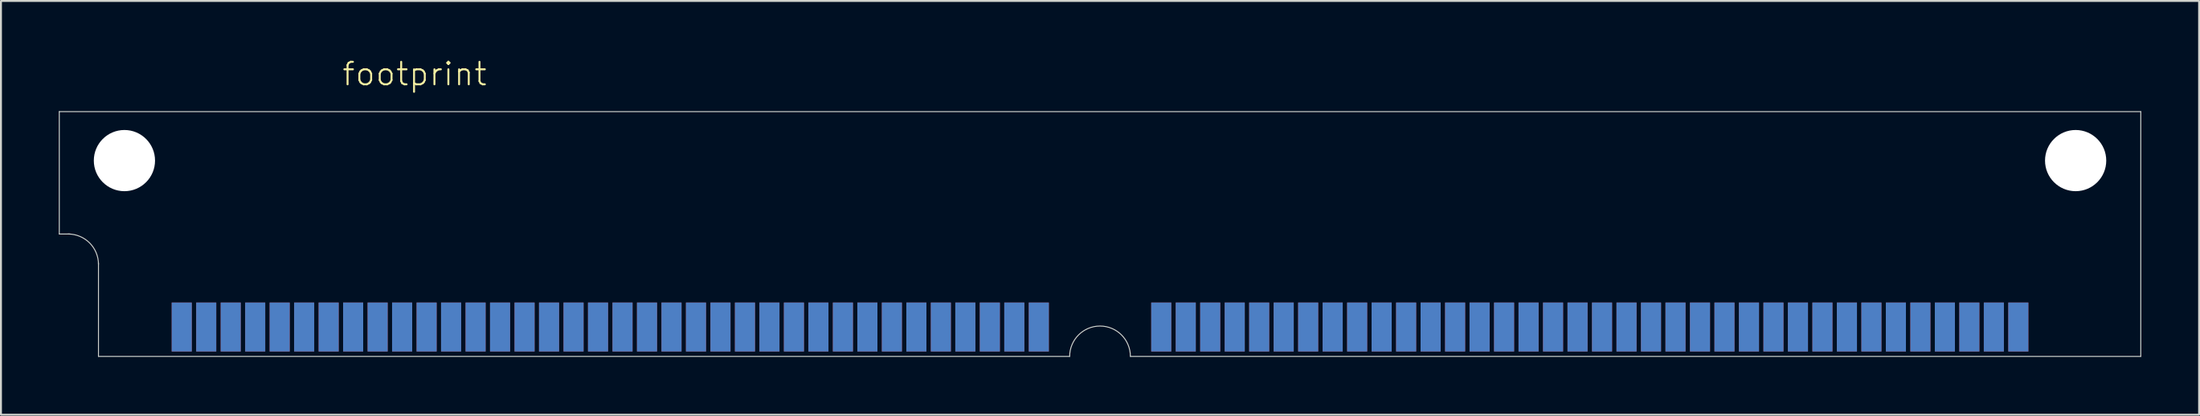
<source format=kicad_pcb>
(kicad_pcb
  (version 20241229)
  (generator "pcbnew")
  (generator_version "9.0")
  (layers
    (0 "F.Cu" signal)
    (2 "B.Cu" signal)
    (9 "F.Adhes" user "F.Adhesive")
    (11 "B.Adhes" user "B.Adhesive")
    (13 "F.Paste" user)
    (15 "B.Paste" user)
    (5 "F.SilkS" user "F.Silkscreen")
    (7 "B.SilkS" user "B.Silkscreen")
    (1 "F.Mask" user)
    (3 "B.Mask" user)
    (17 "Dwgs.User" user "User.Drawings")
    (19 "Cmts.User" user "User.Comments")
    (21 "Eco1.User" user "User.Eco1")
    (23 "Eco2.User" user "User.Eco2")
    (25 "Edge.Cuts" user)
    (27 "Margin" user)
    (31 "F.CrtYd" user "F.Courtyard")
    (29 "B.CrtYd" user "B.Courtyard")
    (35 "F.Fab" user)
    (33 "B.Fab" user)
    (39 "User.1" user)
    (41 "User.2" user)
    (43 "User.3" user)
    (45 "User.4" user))
  (footprint "footprint"
    (layer "F.Cu")
    (at 54 5.283)
    (property "Reference" "footprint" (at -39.37 -3.81 0) (layer "F.SilkS") (effects (font (size 1.168 1.168) (thickness 0.102)) (justify left bottom)))
    (fp_line (start -53.975 -2.54) (end 53.975 -2.54) (stroke (width 0.05) (type solid)) (layer "Edge.Cuts"))
    (fp_line (start -53.975 3.81) (end -53.975 -2.54) (stroke (width 0.05) (type solid)) (layer "Edge.Cuts"))
    (fp_line (start -53.975 3.81) (end -53.416 3.81) (stroke (width 0.05) (type solid)) (layer "Edge.Cuts"))
    (fp_line (start -51.943 10.16) (end -51.943 5.309) (stroke (width 0.05) (type solid)) (layer "Edge.Cuts"))
    (fp_line (start -1.575 10.16) (end -51.943 10.16) (stroke (width 0.05) (type solid)) (layer "Edge.Cuts"))
    (fp_line (start 53.975 -2.54) (end 53.975 10.16) (stroke (width 0.05) (type solid)) (layer "Edge.Cuts"))
    (fp_line (start 53.975 10.16) (end 1.575 10.16) (stroke (width 0.05) (type solid)) (layer "Edge.Cuts"))
    (fp_arc (start -53.5178 3.81) (mid -52.404248 4.271248) (end -51.943 5.3848) (stroke (width 0.05) (type solid)) (layer "Edge.Cuts"))
    (fp_arc (start -1.5748 10.16) (mid 0 8.5852) (end 1.5748 10.16) (stroke (width 0.05) (type solid)) (layer "Edge.Cuts"))
    (pad "" np_thru_hole circle (at -50.597 0) (size 3.175 3.175) (drill 3.175) (layers "*.Cu" "*.Mask"))
    (pad "" np_thru_hole circle (at 50.597 0) (size 3.175 3.175) (drill 3.175) (layers "*.Cu" "*.Mask"))
    (pad "1" smd rect (at -47.625 8.636) (size 1.041 2.54) (layers "F.Cu" "F.Mask" "F.Paste"))
    (pad "2" smd rect (at -46.355 8.636) (size 1.041 2.54) (layers "F.Cu" "F.Mask" "F.Paste"))
    (pad "3" smd rect (at -45.085 8.636) (size 1.041 2.54) (layers "F.Cu" "F.Mask" "F.Paste"))
    (pad "4" smd rect (at -43.815 8.636) (size 1.041 2.54) (layers "F.Cu" "F.Mask" "F.Paste"))
    (pad "5" smd rect (at -42.545 8.636) (size 1.041 2.54) (layers "F.Cu" "F.Mask" "F.Paste"))
    (pad "6" smd rect (at -41.275 8.636) (size 1.041 2.54) (layers "F.Cu" "F.Mask" "F.Paste"))
    (pad "7" smd rect (at -40.005 8.636) (size 1.041 2.54) (layers "F.Cu" "F.Mask" "F.Paste"))
    (pad "8" smd rect (at -38.735 8.636) (size 1.041 2.54) (layers "F.Cu" "F.Mask" "F.Paste"))
    (pad "9" smd rect (at -37.465 8.636) (size 1.041 2.54) (layers "F.Cu" "F.Mask" "F.Paste"))
    (pad "10" smd rect (at -36.195 8.636) (size 1.041 2.54) (layers "F.Cu" "F.Mask" "F.Paste"))
    (pad "11" smd rect (at -34.925 8.636) (size 1.041 2.54) (layers "F.Cu" "F.Mask" "F.Paste"))
    (pad "12" smd rect (at -33.655 8.636) (size 1.041 2.54) (layers "F.Cu" "F.Mask" "F.Paste"))
    (pad "13" smd rect (at -32.385 8.636) (size 1.041 2.54) (layers "F.Cu" "F.Mask" "F.Paste"))
    (pad "14" smd rect (at -31.115 8.636) (size 1.041 2.54) (layers "F.Cu" "F.Mask" "F.Paste"))
    (pad "15" smd rect (at -29.845 8.636) (size 1.041 2.54) (layers "F.Cu" "F.Mask" "F.Paste"))
    (pad "16" smd rect (at -28.575 8.636) (size 1.041 2.54) (layers "F.Cu" "F.Mask" "F.Paste"))
    (pad "17" smd rect (at -27.305 8.636) (size 1.041 2.54) (layers "F.Cu" "F.Mask" "F.Paste"))
    (pad "18" smd rect (at -26.035 8.636) (size 1.041 2.54) (layers "F.Cu" "F.Mask" "F.Paste"))
    (pad "19" smd rect (at -24.765 8.636) (size 1.041 2.54) (layers "F.Cu" "F.Mask" "F.Paste"))
    (pad "20" smd rect (at -23.495 8.636) (size 1.041 2.54) (layers "F.Cu" "F.Mask" "F.Paste"))
    (pad "21" smd rect (at -22.225 8.636) (size 1.041 2.54) (layers "F.Cu" "F.Mask" "F.Paste"))
    (pad "22" smd rect (at -20.955 8.636) (size 1.041 2.54) (layers "F.Cu" "F.Mask" "F.Paste"))
    (pad "23" smd rect (at -19.685 8.636) (size 1.041 2.54) (layers "F.Cu" "F.Mask" "F.Paste"))
    (pad "24" smd rect (at -18.415 8.636) (size 1.041 2.54) (layers "F.Cu" "F.Mask" "F.Paste"))
    (pad "25" smd rect (at -17.145 8.636) (size 1.041 2.54) (layers "F.Cu" "F.Mask" "F.Paste"))
    (pad "26" smd rect (at -15.875 8.636) (size 1.041 2.54) (layers "F.Cu" "F.Mask" "F.Paste"))
    (pad "27" smd rect (at -14.605 8.636) (size 1.041 2.54) (layers "F.Cu" "F.Mask" "F.Paste"))
    (pad "28" smd rect (at -13.335 8.636) (size 1.041 2.54) (layers "F.Cu" "F.Mask" "F.Paste"))
    (pad "29" smd rect (at -12.065 8.636) (size 1.041 2.54) (layers "F.Cu" "F.Mask" "F.Paste"))
    (pad "30" smd rect (at -10.795 8.636) (size 1.041 2.54) (layers "F.Cu" "F.Mask" "F.Paste"))
    (pad "31" smd rect (at -9.525 8.636) (size 1.041 2.54) (layers "F.Cu" "F.Mask" "F.Paste"))
    (pad "32" smd rect (at -8.255 8.636) (size 1.041 2.54) (layers "F.Cu" "F.Mask" "F.Paste"))
    (pad "33" smd rect (at -6.985 8.636) (size 1.041 2.54) (layers "F.Cu" "F.Mask" "F.Paste"))
    (pad "34" smd rect (at -5.715 8.636) (size 1.041 2.54) (layers "F.Cu" "F.Mask" "F.Paste"))
    (pad "35" smd rect (at -4.445 8.636) (size 1.041 2.54) (layers "F.Cu" "F.Mask" "F.Paste"))
    (pad "36" smd rect (at -3.175 8.636) (size 1.041 2.54) (layers "F.Cu" "F.Mask" "F.Paste"))
    (pad "37" smd rect (at 3.175 8.636) (size 1.041 2.54) (layers "F.Cu" "F.Mask" "F.Paste"))
    (pad "38" smd rect (at 4.445 8.636) (size 1.041 2.54) (layers "F.Cu" "F.Mask" "F.Paste"))
    (pad "39" smd rect (at 5.715 8.636) (size 1.041 2.54) (layers "F.Cu" "F.Mask" "F.Paste"))
    (pad "40" smd rect (at 6.985 8.636) (size 1.041 2.54) (layers "F.Cu" "F.Mask" "F.Paste"))
    (pad "41" smd rect (at 8.255 8.636) (size 1.041 2.54) (layers "F.Cu" "F.Mask" "F.Paste"))
    (pad "42" smd rect (at 9.525 8.636) (size 1.041 2.54) (layers "F.Cu" "F.Mask" "F.Paste"))
    (pad "43" smd rect (at 10.795 8.636) (size 1.041 2.54) (layers "F.Cu" "F.Mask" "F.Paste"))
    (pad "44" smd rect (at 12.065 8.636) (size 1.041 2.54) (layers "F.Cu" "F.Mask" "F.Paste"))
    (pad "45" smd rect (at 13.335 8.636) (size 1.041 2.54) (layers "F.Cu" "F.Mask" "F.Paste"))
    (pad "46" smd rect (at 14.605 8.636) (size 1.041 2.54) (layers "F.Cu" "F.Mask" "F.Paste"))
    (pad "47" smd rect (at 15.875 8.636) (size 1.041 2.54) (layers "F.Cu" "F.Mask" "F.Paste"))
    (pad "48" smd rect (at 17.145 8.636) (size 1.041 2.54) (layers "F.Cu" "F.Mask" "F.Paste"))
    (pad "49" smd rect (at 18.415 8.636) (size 1.041 2.54) (layers "F.Cu" "F.Mask" "F.Paste"))
    (pad "50" smd rect (at 19.685 8.636) (size 1.041 2.54) (layers "F.Cu" "F.Mask" "F.Paste"))
    (pad "51" smd rect (at 20.955 8.636) (size 1.041 2.54) (layers "F.Cu" "F.Mask" "F.Paste"))
    (pad "52" smd rect (at 22.225 8.636) (size 1.041 2.54) (layers "F.Cu" "F.Mask" "F.Paste"))
    (pad "53" smd rect (at 23.495 8.636) (size 1.041 2.54) (layers "F.Cu" "F.Mask" "F.Paste"))
    (pad "54" smd rect (at 24.765 8.636) (size 1.041 2.54) (layers "F.Cu" "F.Mask" "F.Paste"))
    (pad "55" smd rect (at 26.035 8.636) (size 1.041 2.54) (layers "F.Cu" "F.Mask" "F.Paste"))
    (pad "56" smd rect (at 27.305 8.636) (size 1.041 2.54) (layers "F.Cu" "F.Mask" "F.Paste"))
    (pad "57" smd rect (at 28.575 8.636) (size 1.041 2.54) (layers "F.Cu" "F.Mask" "F.Paste"))
    (pad "58" smd rect (at 29.845 8.636) (size 1.041 2.54) (layers "F.Cu" "F.Mask" "F.Paste"))
    (pad "59" smd rect (at 31.115 8.636) (size 1.041 2.54) (layers "F.Cu" "F.Mask" "F.Paste"))
    (pad "60" smd rect (at 32.385 8.636) (size 1.041 2.54) (layers "F.Cu" "F.Mask" "F.Paste"))
    (pad "61" smd rect (at 33.655 8.636) (size 1.041 2.54) (layers "F.Cu" "F.Mask" "F.Paste"))
    (pad "62" smd rect (at 34.925 8.636) (size 1.041 2.54) (layers "F.Cu" "F.Mask" "F.Paste"))
    (pad "63" smd rect (at 36.195 8.636) (size 1.041 2.54) (layers "F.Cu" "F.Mask" "F.Paste"))
    (pad "64" smd rect (at 37.465 8.636) (size 1.041 2.54) (layers "F.Cu" "F.Mask" "F.Paste"))
    (pad "65" smd rect (at 38.735 8.636) (size 1.041 2.54) (layers "F.Cu" "F.Mask" "F.Paste"))
    (pad "66" smd rect (at 40.005 8.636) (size 1.041 2.54) (layers "F.Cu" "F.Mask" "F.Paste"))
    (pad "67" smd rect (at 41.275 8.636) (size 1.041 2.54) (layers "F.Cu" "F.Mask" "F.Paste"))
    (pad "68" smd rect (at 42.545 8.636) (size 1.041 2.54) (layers "F.Cu" "F.Mask" "F.Paste"))
    (pad "69" smd rect (at 43.815 8.636) (size 1.041 2.54) (layers "F.Cu" "F.Mask" "F.Paste"))
    (pad "70" smd rect (at 45.085 8.636) (size 1.041 2.54) (layers "F.Cu" "F.Mask" "F.Paste"))
    (pad "71" smd rect (at 46.355 8.636) (size 1.041 2.54) (layers "F.Cu" "F.Mask" "F.Paste"))
    (pad "72" smd rect (at 47.625 8.636) (size 1.041 2.54) (layers "F.Cu" "F.Mask" "F.Paste"))
    (pad "73" smd rect (at -47.625 8.636) (size 1.041 2.54) (layers "B.Cu" "B.Mask" "B.Paste"))
    (pad "74" smd rect (at -46.355 8.636) (size 1.041 2.54) (layers "B.Cu" "B.Mask" "B.Paste"))
    (pad "75" smd rect (at -45.085 8.636) (size 1.041 2.54) (layers "B.Cu" "B.Mask" "B.Paste"))
    (pad "76" smd rect (at -43.815 8.636) (size 1.041 2.54) (layers "B.Cu" "B.Mask" "B.Paste"))
    (pad "77" smd rect (at -42.545 8.636) (size 1.041 2.54) (layers "B.Cu" "B.Mask" "B.Paste"))
    (pad "78" smd rect (at -41.275 8.636) (size 1.041 2.54) (layers "B.Cu" "B.Mask" "B.Paste"))
    (pad "79" smd rect (at -40.005 8.636) (size 1.041 2.54) (layers "B.Cu" "B.Mask" "B.Paste"))
    (pad "80" smd rect (at -38.735 8.636) (size 1.041 2.54) (layers "B.Cu" "B.Mask" "B.Paste"))
    (pad "81" smd rect (at -37.465 8.636) (size 1.041 2.54) (layers "B.Cu" "B.Mask" "B.Paste"))
    (pad "82" smd rect (at -36.195 8.636) (size 1.041 2.54) (layers "B.Cu" "B.Mask" "B.Paste"))
    (pad "83" smd rect (at -34.925 8.636) (size 1.041 2.54) (layers "B.Cu" "B.Mask" "B.Paste"))
    (pad "84" smd rect (at -33.655 8.636) (size 1.041 2.54) (layers "B.Cu" "B.Mask" "B.Paste"))
    (pad "85" smd rect (at -32.385 8.636) (size 1.041 2.54) (layers "B.Cu" "B.Mask" "B.Paste"))
    (pad "86" smd rect (at -31.115 8.636) (size 1.041 2.54) (layers "B.Cu" "B.Mask" "B.Paste"))
    (pad "87" smd rect (at -29.845 8.636) (size 1.041 2.54) (layers "B.Cu" "B.Mask" "B.Paste"))
    (pad "88" smd rect (at -28.575 8.636) (size 1.041 2.54) (layers "B.Cu" "B.Mask" "B.Paste"))
    (pad "89" smd rect (at -27.305 8.636) (size 1.041 2.54) (layers "B.Cu" "B.Mask" "B.Paste"))
    (pad "90" smd rect (at -26.035 8.636) (size 1.041 2.54) (layers "B.Cu" "B.Mask" "B.Paste"))
    (pad "91" smd rect (at -24.765 8.636) (size 1.041 2.54) (layers "B.Cu" "B.Mask" "B.Paste"))
    (pad "92" smd rect (at -23.495 8.636) (size 1.041 2.54) (layers "B.Cu" "B.Mask" "B.Paste"))
    (pad "93" smd rect (at -22.225 8.636) (size 1.041 2.54) (layers "B.Cu" "B.Mask" "B.Paste"))
    (pad "94" smd rect (at -20.955 8.636) (size 1.041 2.54) (layers "B.Cu" "B.Mask" "B.Paste"))
    (pad "95" smd rect (at -19.685 8.636) (size 1.041 2.54) (layers "B.Cu" "B.Mask" "B.Paste"))
    (pad "96" smd rect (at -18.415 8.636) (size 1.041 2.54) (layers "B.Cu" "B.Mask" "B.Paste"))
    (pad "97" smd rect (at -17.145 8.636) (size 1.041 2.54) (layers "B.Cu" "B.Mask" "B.Paste"))
    (pad "98" smd rect (at -15.875 8.636) (size 1.041 2.54) (layers "B.Cu" "B.Mask" "B.Paste"))
    (pad "99" smd rect (at -14.605 8.636) (size 1.041 2.54) (layers "B.Cu" "B.Mask" "B.Paste"))
    (pad "100" smd rect (at -13.335 8.636) (size 1.041 2.54) (layers "B.Cu" "B.Mask" "B.Paste"))
    (pad "101" smd rect (at -12.065 8.636) (size 1.041 2.54) (layers "B.Cu" "B.Mask" "B.Paste"))
    (pad "102" smd rect (at -10.795 8.636) (size 1.041 2.54) (layers "B.Cu" "B.Mask" "B.Paste"))
    (pad "103" smd rect (at -9.525 8.636) (size 1.041 2.54) (layers "B.Cu" "B.Mask" "B.Paste"))
    (pad "104" smd rect (at -8.255 8.636) (size 1.041 2.54) (layers "B.Cu" "B.Mask" "B.Paste"))
    (pad "105" smd rect (at -6.985 8.636) (size 1.041 2.54) (layers "B.Cu" "B.Mask" "B.Paste"))
    (pad "106" smd rect (at -5.715 8.636) (size 1.041 2.54) (layers "B.Cu" "B.Mask" "B.Paste"))
    (pad "107" smd rect (at -4.445 8.636) (size 1.041 2.54) (layers "B.Cu" "B.Mask" "B.Paste"))
    (pad "108" smd rect (at -3.175 8.636) (size 1.041 2.54) (layers "B.Cu" "B.Mask" "B.Paste"))
    (pad "109" smd rect (at 3.175 8.636) (size 1.041 2.54) (layers "B.Cu" "B.Mask" "B.Paste"))
    (pad "110" smd rect (at 4.445 8.636) (size 1.041 2.54) (layers "B.Cu" "B.Mask" "B.Paste"))
    (pad "111" smd rect (at 5.715 8.636) (size 1.041 2.54) (layers "B.Cu" "B.Mask" "B.Paste"))
    (pad "112" smd rect (at 6.985 8.636) (size 1.041 2.54) (layers "B.Cu" "B.Mask" "B.Paste"))
    (pad "113" smd rect (at 8.255 8.636) (size 1.041 2.54) (layers "B.Cu" "B.Mask" "B.Paste"))
    (pad "114" smd rect (at 9.525 8.636) (size 1.041 2.54) (layers "B.Cu" "B.Mask" "B.Paste"))
    (pad "115" smd rect (at 10.795 8.636) (size 1.041 2.54) (layers "B.Cu" "B.Mask" "B.Paste"))
    (pad "116" smd rect (at 12.065 8.636) (size 1.041 2.54) (layers "B.Cu" "B.Mask" "B.Paste"))
    (pad "117" smd rect (at 13.335 8.636) (size 1.041 2.54) (layers "B.Cu" "B.Mask" "B.Paste"))
    (pad "118" smd rect (at 14.605 8.636) (size 1.041 2.54) (layers "B.Cu" "B.Mask" "B.Paste"))
    (pad "119" smd rect (at 15.875 8.636) (size 1.041 2.54) (layers "B.Cu" "B.Mask" "B.Paste"))
    (pad "120" smd rect (at 17.145 8.636) (size 1.041 2.54) (layers "B.Cu" "B.Mask" "B.Paste"))
    (pad "121" smd rect (at 18.415 8.636) (size 1.041 2.54) (layers "B.Cu" "B.Mask" "B.Paste"))
    (pad "122" smd rect (at 19.685 8.636) (size 1.041 2.54) (layers "B.Cu" "B.Mask" "B.Paste"))
    (pad "123" smd rect (at 20.955 8.636) (size 1.041 2.54) (layers "B.Cu" "B.Mask" "B.Paste"))
    (pad "124" smd rect (at 22.225 8.636) (size 1.041 2.54) (layers "B.Cu" "B.Mask" "B.Paste"))
    (pad "125" smd rect (at 23.495 8.636) (size 1.041 2.54) (layers "B.Cu" "B.Mask" "B.Paste"))
    (pad "126" smd rect (at 24.765 8.636) (size 1.041 2.54) (layers "B.Cu" "B.Mask" "B.Paste"))
    (pad "127" smd rect (at 26.035 8.636) (size 1.041 2.54) (layers "B.Cu" "B.Mask" "B.Paste"))
    (pad "128" smd rect (at 27.305 8.636) (size 1.041 2.54) (layers "B.Cu" "B.Mask" "B.Paste"))
    (pad "129" smd rect (at 28.575 8.636) (size 1.041 2.54) (layers "B.Cu" "B.Mask" "B.Paste"))
    (pad "130" smd rect (at 29.845 8.636) (size 1.041 2.54) (layers "B.Cu" "B.Mask" "B.Paste"))
    (pad "131" smd rect (at 31.115 8.636) (size 1.041 2.54) (layers "B.Cu" "B.Mask" "B.Paste"))
    (pad "132" smd rect (at 32.385 8.636) (size 1.041 2.54) (layers "B.Cu" "B.Mask" "B.Paste"))
    (pad "133" smd rect (at 33.655 8.636) (size 1.041 2.54) (layers "B.Cu" "B.Mask" "B.Paste"))
    (pad "134" smd rect (at 34.925 8.636) (size 1.041 2.54) (layers "B.Cu" "B.Mask" "B.Paste"))
    (pad "135" smd rect (at 36.195 8.636) (size 1.041 2.54) (layers "B.Cu" "B.Mask" "B.Paste"))
    (pad "136" smd rect (at 37.465 8.636) (size 1.041 2.54) (layers "B.Cu" "B.Mask" "B.Paste"))
    (pad "137" smd rect (at 38.735 8.636) (size 1.041 2.54) (layers "B.Cu" "B.Mask" "B.Paste"))
    (pad "138" smd rect (at 40.005 8.636) (size 1.041 2.54) (layers "B.Cu" "B.Mask" "B.Paste"))
    (pad "139" smd rect (at 41.275 8.636) (size 1.041 2.54) (layers "B.Cu" "B.Mask" "B.Paste"))
    (pad "140" smd rect (at 42.545 8.636) (size 1.041 2.54) (layers "B.Cu" "B.Mask" "B.Paste"))
    (pad "141" smd rect (at 43.815 8.636) (size 1.041 2.54) (layers "B.Cu" "B.Mask" "B.Paste"))
    (pad "142" smd rect (at 45.085 8.636) (size 1.041 2.54) (layers "B.Cu" "B.Mask" "B.Paste"))
    (pad "143" smd rect (at 46.355 8.636) (size 1.041 2.54) (layers "B.Cu" "B.Mask" "B.Paste"))
    (pad "144" smd rect (at 47.625 8.636) (size 1.041 2.54) (layers "B.Cu" "B.Mask" "B.Paste")))
  (gr_rect
    (start -3 -3)
    (end 111 18.468)
    (stroke (width 0.1) (type default))
    (fill no)
    (layer "Edge.Cuts")))
</source>
